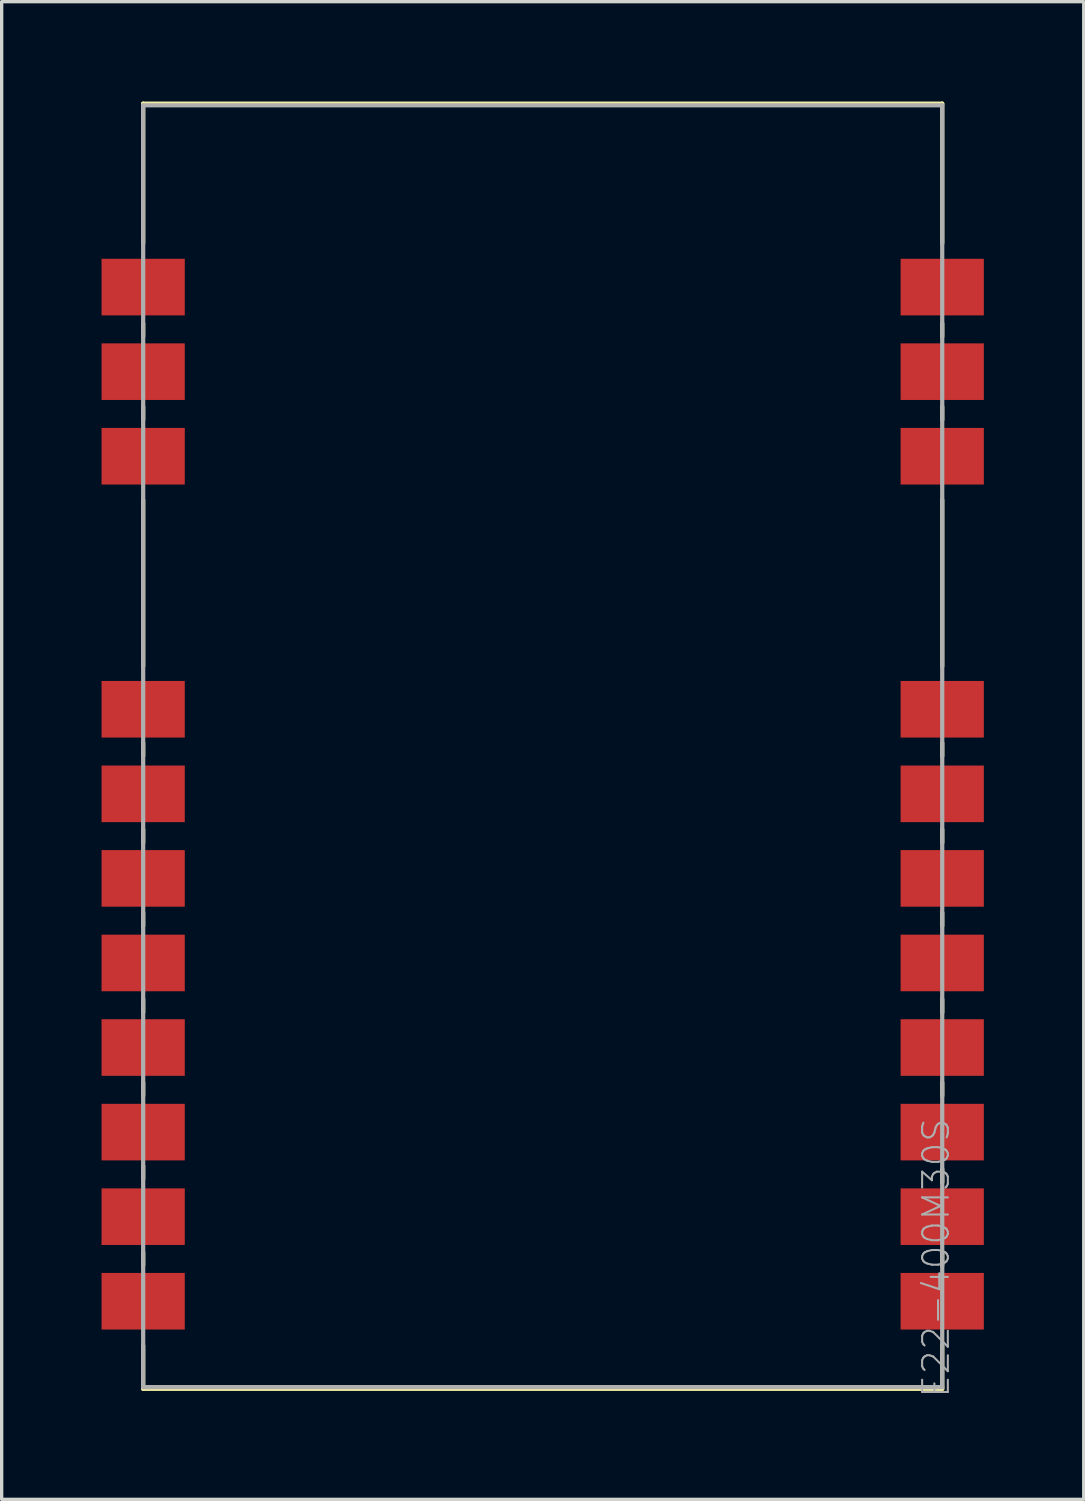
<source format=kicad_pcb>
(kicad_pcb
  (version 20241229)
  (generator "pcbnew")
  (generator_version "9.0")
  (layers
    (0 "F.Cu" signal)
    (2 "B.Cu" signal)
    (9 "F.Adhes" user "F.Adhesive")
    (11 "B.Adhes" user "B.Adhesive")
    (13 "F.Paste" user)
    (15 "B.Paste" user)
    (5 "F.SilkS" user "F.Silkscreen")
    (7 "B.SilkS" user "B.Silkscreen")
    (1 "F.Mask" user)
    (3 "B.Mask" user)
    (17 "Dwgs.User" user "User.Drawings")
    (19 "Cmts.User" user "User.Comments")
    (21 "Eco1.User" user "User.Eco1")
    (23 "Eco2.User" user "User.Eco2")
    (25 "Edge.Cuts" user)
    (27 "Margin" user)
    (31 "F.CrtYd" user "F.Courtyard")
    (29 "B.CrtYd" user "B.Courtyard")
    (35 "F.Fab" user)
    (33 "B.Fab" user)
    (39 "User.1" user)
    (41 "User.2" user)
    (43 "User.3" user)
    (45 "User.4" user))
  (footprint "E22-400M30S"
    (layer "F.Cu")
    (at 13.25 19.363)
    (property "Reference" "E22-400M30S" (at 12.266 19.62 90) (layer "F.Fab") (effects (font (size 0.772 0.772) (thickness 0.062)) (justify left bottom)))
    (attr through_hole)
    (fp_line (start -12 -19.3) (end 12 -19.3) (stroke (width 0.127) (type solid)) (layer "F.SilkS"))
    (fp_line (start -12 -15.1) (end -12 -19.3) (stroke (width 0.127) (type solid)) (layer "F.SilkS"))
    (fp_line (start -12 -12.7) (end -12 -12.3) (stroke (width 0.127) (type solid)) (layer "F.SilkS"))
    (fp_line (start -12 -10.2) (end -12 -9.8) (stroke (width 0.127) (type solid)) (layer "F.SilkS"))
    (fp_line (start -12 -7.4) (end -12 -2.4) (stroke (width 0.127) (type solid)) (layer "F.SilkS"))
    (fp_line (start -12 -0.1) (end -12 0.3) (stroke (width 0.127) (type solid)) (layer "F.SilkS"))
    (fp_line (start -12 2.5) (end -12 2.9) (stroke (width 0.127) (type solid)) (layer "F.SilkS"))
    (fp_line (start -12 5) (end -12 5.4) (stroke (width 0.127) (type solid)) (layer "F.SilkS"))
    (fp_line (start -12 7.6) (end -12 8) (stroke (width 0.127) (type solid)) (layer "F.SilkS"))
    (fp_line (start -12 10.1) (end -12 10.5) (stroke (width 0.127) (type solid)) (layer "F.SilkS"))
    (fp_line (start -12 12.6) (end -12 13) (stroke (width 0.127) (type solid)) (layer "F.SilkS"))
    (fp_line (start -12 15.2) (end -12 15.6) (stroke (width 0.127) (type solid)) (layer "F.SilkS"))
    (fp_line (start -12 18) (end -12 19.3) (stroke (width 0.127) (type solid)) (layer "F.SilkS"))
    (fp_line (start -12 19.3) (end 12 19.3) (stroke (width 0.127) (type solid)) (layer "F.SilkS"))
    (fp_line (start 12 -19.3) (end 12 -15.1) (stroke (width 0.127) (type solid)) (layer "F.SilkS"))
    (fp_line (start 12 -12.7) (end 12 -12.3) (stroke (width 0.127) (type solid)) (layer "F.SilkS"))
    (fp_line (start 12 -10.2) (end 12 -9.8) (stroke (width 0.127) (type solid)) (layer "F.SilkS"))
    (fp_line (start 12 -7.4) (end 12 -2.4) (stroke (width 0.127) (type solid)) (layer "F.SilkS"))
    (fp_line (start 12 -0.1) (end 12 0.3) (stroke (width 0.127) (type solid)) (layer "F.SilkS"))
    (fp_line (start 12 2.5) (end 12 2.9) (stroke (width 0.127) (type solid)) (layer "F.SilkS"))
    (fp_line (start 12 5) (end 12 5.4) (stroke (width 0.127) (type solid)) (layer "F.SilkS"))
    (fp_line (start 12 7.6) (end 12 8) (stroke (width 0.127) (type solid)) (layer "F.SilkS"))
    (fp_line (start 12 10.1) (end 12 10.5) (stroke (width 0.127) (type solid)) (layer "F.SilkS"))
    (fp_line (start 12 12.7) (end 12 13.1) (stroke (width 0.127) (type solid)) (layer "F.SilkS"))
    (fp_line (start 12 15.2) (end 12 15.6) (stroke (width 0.127) (type solid)) (layer "F.SilkS"))
    (fp_line (start 12 19.3) (end 12 18) (stroke (width 0.127) (type solid)) (layer "F.SilkS"))
    (fp_line (start -12 -19.25) (end -12 19.25) (stroke (width 0.127) (type solid)) (layer "F.Fab"))
    (fp_line (start -12 -19.25) (end 12 -19.25) (stroke (width 0.127) (type solid)) (layer "F.Fab"))
    (fp_line (start -12 19.25) (end 12 19.25) (stroke (width 0.127) (type solid)) (layer "F.Fab"))
    (fp_line (start 12 -19.25) (end 12 19.25) (stroke (width 0.127) (type solid)) (layer "F.Fab"))
    (pad "1" smd rect (at -12 -13.79 90) (size 1.7 2.5) (layers "F.Cu" "F.Mask" "F.Paste"))
    (pad "2" smd rect (at -12 -11.25 90) (size 1.7 2.5) (layers "F.Cu" "F.Mask" "F.Paste"))
    (pad "3" smd rect (at -12 -8.71 90) (size 1.7 2.5) (layers "F.Cu" "F.Mask" "F.Paste"))
    (pad "4" smd rect (at -12 -1.11 90) (size 1.7 2.5) (layers "F.Cu" "F.Mask" "F.Paste"))
    (pad "5" smd rect (at -12 1.43 90) (size 1.7 2.5) (layers "F.Cu" "F.Mask" "F.Paste"))
    (pad "6" smd rect (at -12 3.97 90) (size 1.7 2.5) (layers "F.Cu" "F.Mask" "F.Paste"))
    (pad "7" smd rect (at -12 6.51 90) (size 1.7 2.5) (layers "F.Cu" "F.Mask" "F.Paste"))
    (pad "8" smd rect (at -12 9.05 90) (size 1.7 2.5) (layers "F.Cu" "F.Mask" "F.Paste"))
    (pad "9" smd rect (at -12 11.59 90) (size 1.7 2.5) (layers "F.Cu" "F.Mask" "F.Paste"))
    (pad "10" smd rect (at -12 14.13 90) (size 1.7 2.5) (layers "F.Cu" "F.Mask" "F.Paste"))
    (pad "11" smd rect (at -12 16.67 90) (size 1.7 2.5) (layers "F.Cu" "F.Mask" "F.Paste"))
    (pad "12" smd rect (at 12 16.67 90) (size 1.7 2.5) (layers "F.Cu" "F.Mask" "F.Paste"))
    (pad "13" smd rect (at 12 14.13 90) (size 1.7 2.5) (layers "F.Cu" "F.Mask" "F.Paste"))
    (pad "14" smd rect (at 12 11.59 90) (size 1.7 2.5) (layers "F.Cu" "F.Mask" "F.Paste"))
    (pad "15" smd rect (at 12 9.05 90) (size 1.7 2.5) (layers "F.Cu" "F.Mask" "F.Paste"))
    (pad "16" smd rect (at 12 6.51 90) (size 1.7 2.5) (layers "F.Cu" "F.Mask" "F.Paste"))
    (pad "17" smd rect (at 12 3.97 90) (size 1.7 2.5) (layers "F.Cu" "F.Mask" "F.Paste"))
    (pad "18" smd rect (at 12 1.43 90) (size 1.7 2.5) (layers "F.Cu" "F.Mask" "F.Paste"))
    (pad "19" smd rect (at 12 -1.11 90) (size 1.7 2.5) (layers "F.Cu" "F.Mask" "F.Paste"))
    (pad "20" smd rect (at 12 -8.71 90) (size 1.7 2.5) (layers "F.Cu" "F.Mask" "F.Paste"))
    (pad "21" smd rect (at 12 -11.25 90) (size 1.7 2.5) (layers "F.Cu" "F.Mask" "F.Paste"))
    (pad "22" smd rect (at 12 -13.79 90) (size 1.7 2.5) (layers "F.Cu" "F.Mask" "F.Paste")))
  (gr_rect
    (start -3 -3)
    (end 29.5 41.983)
    (stroke (width 0.1) (type default))
    (fill no)
    (layer "Edge.Cuts")))
</source>
